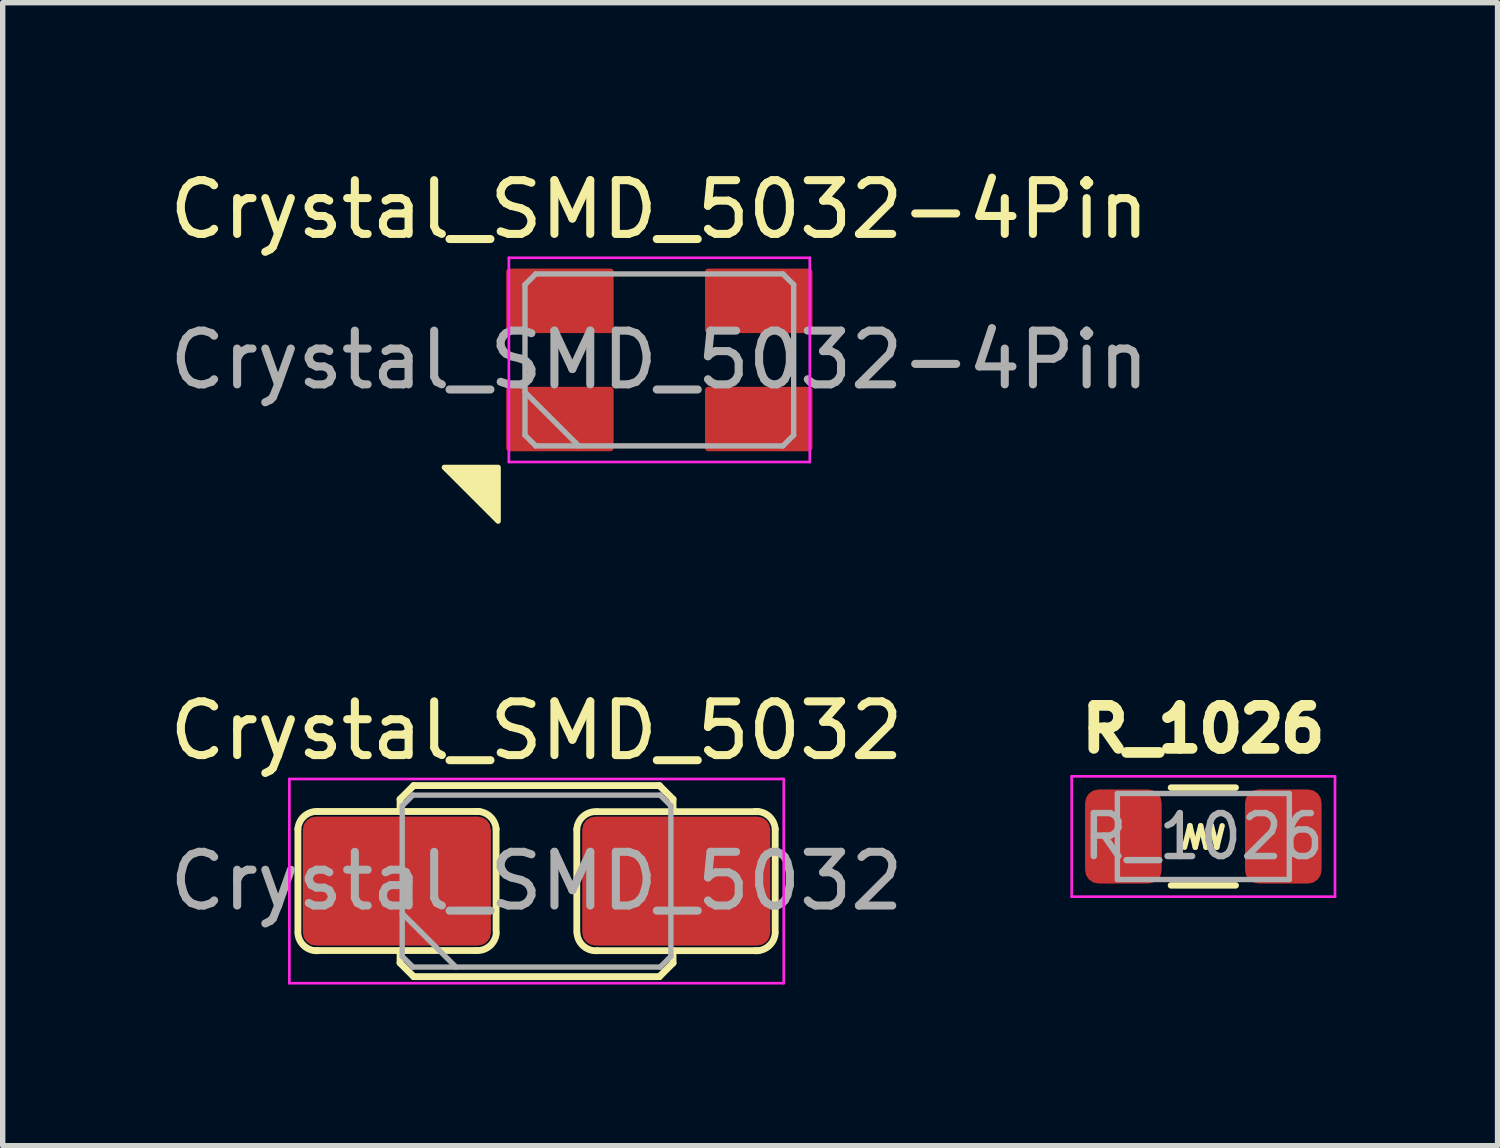
<source format=kicad_pcb>
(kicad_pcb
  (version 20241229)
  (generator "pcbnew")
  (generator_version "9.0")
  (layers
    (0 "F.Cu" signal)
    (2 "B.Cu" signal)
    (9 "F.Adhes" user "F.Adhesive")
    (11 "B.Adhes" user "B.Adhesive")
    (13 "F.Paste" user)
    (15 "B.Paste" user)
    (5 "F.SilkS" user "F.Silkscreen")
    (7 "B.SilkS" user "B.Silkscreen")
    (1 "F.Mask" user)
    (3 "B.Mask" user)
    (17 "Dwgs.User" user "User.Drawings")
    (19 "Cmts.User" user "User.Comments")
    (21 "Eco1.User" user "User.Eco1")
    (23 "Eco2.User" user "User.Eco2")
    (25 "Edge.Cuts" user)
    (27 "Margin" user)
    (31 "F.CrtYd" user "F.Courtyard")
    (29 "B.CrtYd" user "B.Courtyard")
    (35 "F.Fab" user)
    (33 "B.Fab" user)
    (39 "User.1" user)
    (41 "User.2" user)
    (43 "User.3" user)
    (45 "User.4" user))
  (footprint "Crystal_SMD_5032-4Pin"
    (layer "F.Cu")
    (at 9.22 3.648)
    (property "Reference" "Crystal_SMD_5032-4Pin" (at 0 -2.8 0) (layer "F.SilkS") (effects (font (size 1 1) (thickness 0.15))))
    (attr smd)
    (fp_poly (pts (xy -4 2) (xy -3 2) (xy -3 3)) (stroke (width 0.1) (type solid)) (fill yes) (layer "F.SilkS"))
    (fp_line (start -2.8 -1.9) (end -2.8 1.9) (stroke (width 0.05) (type solid)) (layer "F.CrtYd"))
    (fp_line (start -2.8 1.9) (end 2.8 1.9) (stroke (width 0.05) (type solid)) (layer "F.CrtYd"))
    (fp_line (start 2.8 -1.9) (end -2.8 -1.9) (stroke (width 0.05) (type solid)) (layer "F.CrtYd"))
    (fp_line (start 2.8 1.9) (end 2.8 -1.9) (stroke (width 0.05) (type solid)) (layer "F.CrtYd"))
    (fp_line (start -2.5 -1.4) (end -2.3 -1.6) (stroke (width 0.1) (type solid)) (layer "F.Fab"))
    (fp_line (start -2.5 0.6) (end -1.5 1.6) (stroke (width 0.1) (type solid)) (layer "F.Fab"))
    (fp_line (start -2.5 1.4) (end -2.5 -1.4) (stroke (width 0.1) (type solid)) (layer "F.Fab"))
    (fp_line (start -2.3 -1.6) (end 2.3 -1.6) (stroke (width 0.1) (type solid)) (layer "F.Fab"))
    (fp_line (start -2.3 1.6) (end -2.5 1.4) (stroke (width 0.1) (type solid)) (layer "F.Fab"))
    (fp_line (start 2.3 -1.6) (end 2.5 -1.4) (stroke (width 0.1) (type solid)) (layer "F.Fab"))
    (fp_line (start 2.3 1.6) (end -2.3 1.6) (stroke (width 0.1) (type solid)) (layer "F.Fab"))
    (fp_line (start 2.5 -1.4) (end 2.5 1.4) (stroke (width 0.1) (type solid)) (layer "F.Fab"))
    (fp_line (start 2.5 1.4) (end 2.3 1.6) (stroke (width 0.1) (type solid)) (layer "F.Fab"))
    (fp_text user "${REFERENCE}" (at 0 0 0) (layer "F.Fab") (effects (font (size 1 1) (thickness 0.15))))
    (pad "1" smd roundrect (at -1.85 1.1) (size 2 1.2) (layers "F.Cu" "F.Mask" "F.Paste") (roundrect_rratio 0.05))
    (pad "2" smd roundrect (at 1.85 1.1) (size 2 1.2) (layers "F.Cu" "F.Mask" "F.Paste") (roundrect_rratio 0.05))
    (pad "3" smd roundrect (at 1.85 -1.1) (size 2 1.2) (layers "F.Cu" "F.Mask" "F.Paste") (roundrect_rratio 0.05))
    (pad "4" smd roundrect (at -1.85 -1.1) (size 2 1.2) (layers "F.Cu" "F.Mask" "F.Paste") (roundrect_rratio 0.05)))
  (footprint "Crystal_SMD_5032"
    (layer "F.Cu")
    (at 6.935 13.347)
    (property "Reference" "Crystal_SMD_5032" (at 0 -2.8 0) (layer "F.SilkS") (effects (font (size 1 1) (thickness 0.15))))
    (attr smd)
    (fp_line (start -4.441 -0.969) (end -4.441 0.94) (stroke (width 0.127) (type solid)) (layer "F.SilkS"))
    (fp_line (start -4.124 1.292) (end -1.127 1.292) (stroke (width 0.127) (type solid)) (layer "F.SilkS"))
    (fp_line (start -4.064 -1.295) (end -1.067 -1.295) (stroke (width 0.127) (type solid)) (layer "F.SilkS"))
    (fp_line (start -2.54 -1.524) (end -2.286 -1.778) (stroke (width 0.127) (type solid)) (layer "F.SilkS"))
    (fp_line (start -2.54 -1.292) (end -2.54 -1.524) (stroke (width 0.127) (type solid)) (layer "F.SilkS"))
    (fp_line (start -2.54 1.292) (end -2.54 1.524) (stroke (width 0.127) (type solid)) (layer "F.SilkS"))
    (fp_line (start -2.54 1.524) (end -2.286 1.778) (stroke (width 0.127) (type solid)) (layer "F.SilkS"))
    (fp_line (start -2.286 -1.778) (end 2.286 -1.778) (stroke (width 0.127) (type solid)) (layer "F.SilkS"))
    (fp_line (start -2.286 1.778) (end 2.286 1.778) (stroke (width 0.127) (type solid)) (layer "F.SilkS"))
    (fp_line (start -0.753 -0.969) (end -0.753 0.94) (stroke (width 0.127) (type solid)) (layer "F.SilkS"))
    (fp_line (start 0.749 -0.965) (end 0.749 0.943) (stroke (width 0.127) (type solid)) (layer "F.SilkS"))
    (fp_line (start 1.127 -1.292) (end 4.124 -1.292) (stroke (width 0.127) (type solid)) (layer "F.SilkS"))
    (fp_line (start 1.13 1.295) (end 4.128 1.295) (stroke (width 0.127) (type solid)) (layer "F.SilkS"))
    (fp_line (start 2.286 -1.778) (end 2.54 -1.524) (stroke (width 0.127) (type solid)) (layer "F.SilkS"))
    (fp_line (start 2.286 1.778) (end 2.54 1.524) (stroke (width 0.127) (type solid)) (layer "F.SilkS"))
    (fp_line (start 2.54 -1.524) (end 2.54 -1.292) (stroke (width 0.127) (type solid)) (layer "F.SilkS"))
    (fp_line (start 2.54 1.524) (end 2.54 1.292) (stroke (width 0.127) (type solid)) (layer "F.SilkS"))
    (fp_line (start 4.441 -0.969) (end 4.441 0.94) (stroke (width 0.127) (type solid)) (layer "F.SilkS"))
    (fp_arc (start -4.44139 -0.96881) (mid -4.320334 -1.210265) (end -4.064 -1.2954) (stroke (width 0.127) (type solid)) (layer "F.SilkS"))
    (fp_arc (start -4.064 1.2954) (mid -4.320334 1.210265) (end -4.44139 0.96881) (stroke (width 0.127) (type solid)) (layer "F.SilkS"))
    (fp_arc (start -1.1303 -1.2954) (mid -0.873966 -1.210265) (end -0.75291 -0.96881) (stroke (width 0.127) (type solid)) (layer "F.SilkS"))
    (fp_arc (start -0.7493 0.9652) (mid -0.870356 1.206655) (end -1.12669 1.29179) (stroke (width 0.127) (type solid)) (layer "F.SilkS"))
    (fp_arc (start 0.7493 -0.9652) (mid 0.870356 -1.206655) (end 1.12669 -1.29179) (stroke (width 0.127) (type solid)) (layer "F.SilkS"))
    (fp_arc (start 1.1303 1.2954) (mid 0.873966 1.210265) (end 0.75291 0.96881) (stroke (width 0.127) (type solid)) (layer "F.SilkS"))
    (fp_arc (start 4.064 -1.2954) (mid 4.320334 -1.210265) (end 4.44139 -0.96881) (stroke (width 0.127) (type solid)) (layer "F.SilkS"))
    (fp_arc (start 4.44139 0.96881) (mid 4.320334 1.210265) (end 4.064 1.2954) (stroke (width 0.127) (type solid)) (layer "F.SilkS"))
    (fp_line (start -4.6 -1.9) (end -4.6 1.9) (stroke (width 0.05) (type solid)) (layer "F.CrtYd"))
    (fp_line (start -4.6 1.9) (end 4.6 1.9) (stroke (width 0.05) (type solid)) (layer "F.CrtYd"))
    (fp_line (start 4.6 -1.9) (end -4.6 -1.9) (stroke (width 0.05) (type solid)) (layer "F.CrtYd"))
    (fp_line (start 4.6 1.9) (end 4.6 -1.9) (stroke (width 0.05) (type solid)) (layer "F.CrtYd"))
    (fp_line (start -2.5 -1.4) (end -2.3 -1.6) (stroke (width 0.1) (type solid)) (layer "F.Fab"))
    (fp_line (start -2.5 0.6) (end -1.5 1.6) (stroke (width 0.1) (type solid)) (layer "F.Fab"))
    (fp_line (start -2.5 1.4) (end -2.5 -1.4) (stroke (width 0.1) (type solid)) (layer "F.Fab"))
    (fp_line (start -2.3 -1.6) (end 2.3 -1.6) (stroke (width 0.1) (type solid)) (layer "F.Fab"))
    (fp_line (start -2.3 1.6) (end -2.5 1.4) (stroke (width 0.1) (type solid)) (layer "F.Fab"))
    (fp_line (start 2.3 -1.6) (end 2.5 -1.4) (stroke (width 0.1) (type solid)) (layer "F.Fab"))
    (fp_line (start 2.3 1.6) (end -2.3 1.6) (stroke (width 0.1) (type solid)) (layer "F.Fab"))
    (fp_line (start 2.5 -1.4) (end 2.5 1.4) (stroke (width 0.1) (type solid)) (layer "F.Fab"))
    (fp_line (start 2.5 1.4) (end 2.3 1.6) (stroke (width 0.1) (type solid)) (layer "F.Fab"))
    (fp_text user "${REFERENCE}" (at 0 0 0) (layer "F.Fab") (effects (font (size 1 1) (thickness 0.15))))
    (pad "1" smd roundrect (at -2.6 0) (size 3.5 2.4) (layers "F.Cu" "F.Mask" "F.Paste") (roundrect_rratio 0.1))
    (pad "2" smd roundrect (at 2.6 0) (size 3.5 2.4) (layers "F.Cu" "F.Mask" "F.Paste") (roundrect_rratio 0.1)))
  (footprint "R_1026"
    (layer "F.Cu")
    (at 19.344 12.517)
    (property "Reference" "R_1026" (at 0 -2 0) (layer "F.SilkS") (effects (font (size 0.8 0.8) (thickness 0.2))))
    (attr smd)
    (fp_line (start -0.602 -0.91) (end 0.602 -0.91) (stroke (width 0.12) (type solid)) (layer "F.SilkS"))
    (fp_line (start -0.602 0.91) (end 0.602 0.91) (stroke (width 0.12) (type solid)) (layer "F.SilkS"))
    (fp_line (start -0.35 0.2) (end -0.25 -0.2) (stroke (width 0.1) (type solid)) (layer "F.SilkS"))
    (fp_line (start -0.25 -0.2) (end -0.15 0.2) (stroke (width 0.1) (type solid)) (layer "F.SilkS"))
    (fp_line (start -0.15 0.2) (end -0.05 -0.2) (stroke (width 0.1) (type solid)) (layer "F.SilkS"))
    (fp_line (start -0.05 -0.2) (end 0.05 0.2) (stroke (width 0.1) (type solid)) (layer "F.SilkS"))
    (fp_line (start 0.05 0.2) (end 0.15 -0.2) (stroke (width 0.1) (type solid)) (layer "F.SilkS"))
    (fp_line (start 0.15 -0.2) (end 0.25 0.2) (stroke (width 0.1) (type solid)) (layer "F.SilkS"))
    (fp_line (start 0.25 0.2) (end 0.35 -0.2) (stroke (width 0.1) (type solid)) (layer "F.SilkS"))
    (fp_line (start -2.45 -1.12) (end 2.45 -1.12) (stroke (width 0.05) (type solid)) (layer "F.CrtYd"))
    (fp_line (start -2.45 1.12) (end -2.45 -1.12) (stroke (width 0.05) (type solid)) (layer "F.CrtYd"))
    (fp_line (start 2.45 -1.12) (end 2.45 1.12) (stroke (width 0.05) (type solid)) (layer "F.CrtYd"))
    (fp_line (start 2.45 1.12) (end -2.45 1.12) (stroke (width 0.05) (type solid)) (layer "F.CrtYd"))
    (fp_line (start -1.6 -0.8) (end 1.6 -0.8) (stroke (width 0.1) (type solid)) (layer "F.Fab"))
    (fp_line (start -1.6 0.8) (end -1.6 -0.8) (stroke (width 0.1) (type solid)) (layer "F.Fab"))
    (fp_line (start 1.6 -0.8) (end 1.6 0.8) (stroke (width 0.1) (type solid)) (layer "F.Fab"))
    (fp_line (start 1.6 0.8) (end -1.6 0.8) (stroke (width 0.1) (type solid)) (layer "F.Fab"))
    (fp_text user "${REFERENCE}" (at 0 0 0) (layer "F.Fab") (effects (font (size 0.8 0.8) (thickness 0.12))))
    (pad "1" smd roundrect (at -1.488 0) (size 1.425 1.75) (layers "F.Cu" "F.Mask" "F.Paste") (roundrect_rratio 0.175))
    (pad "2" smd roundrect (at 1.488 0) (size 1.425 1.75) (layers "F.Cu" "F.Mask" "F.Paste") (roundrect_rratio 0.175)))
  (gr_rect
    (start -3 -3)
    (end 24.819 18.271)
    (stroke (width 0.1) (type default))
    (fill no)
    (layer "Edge.Cuts")))
</source>
